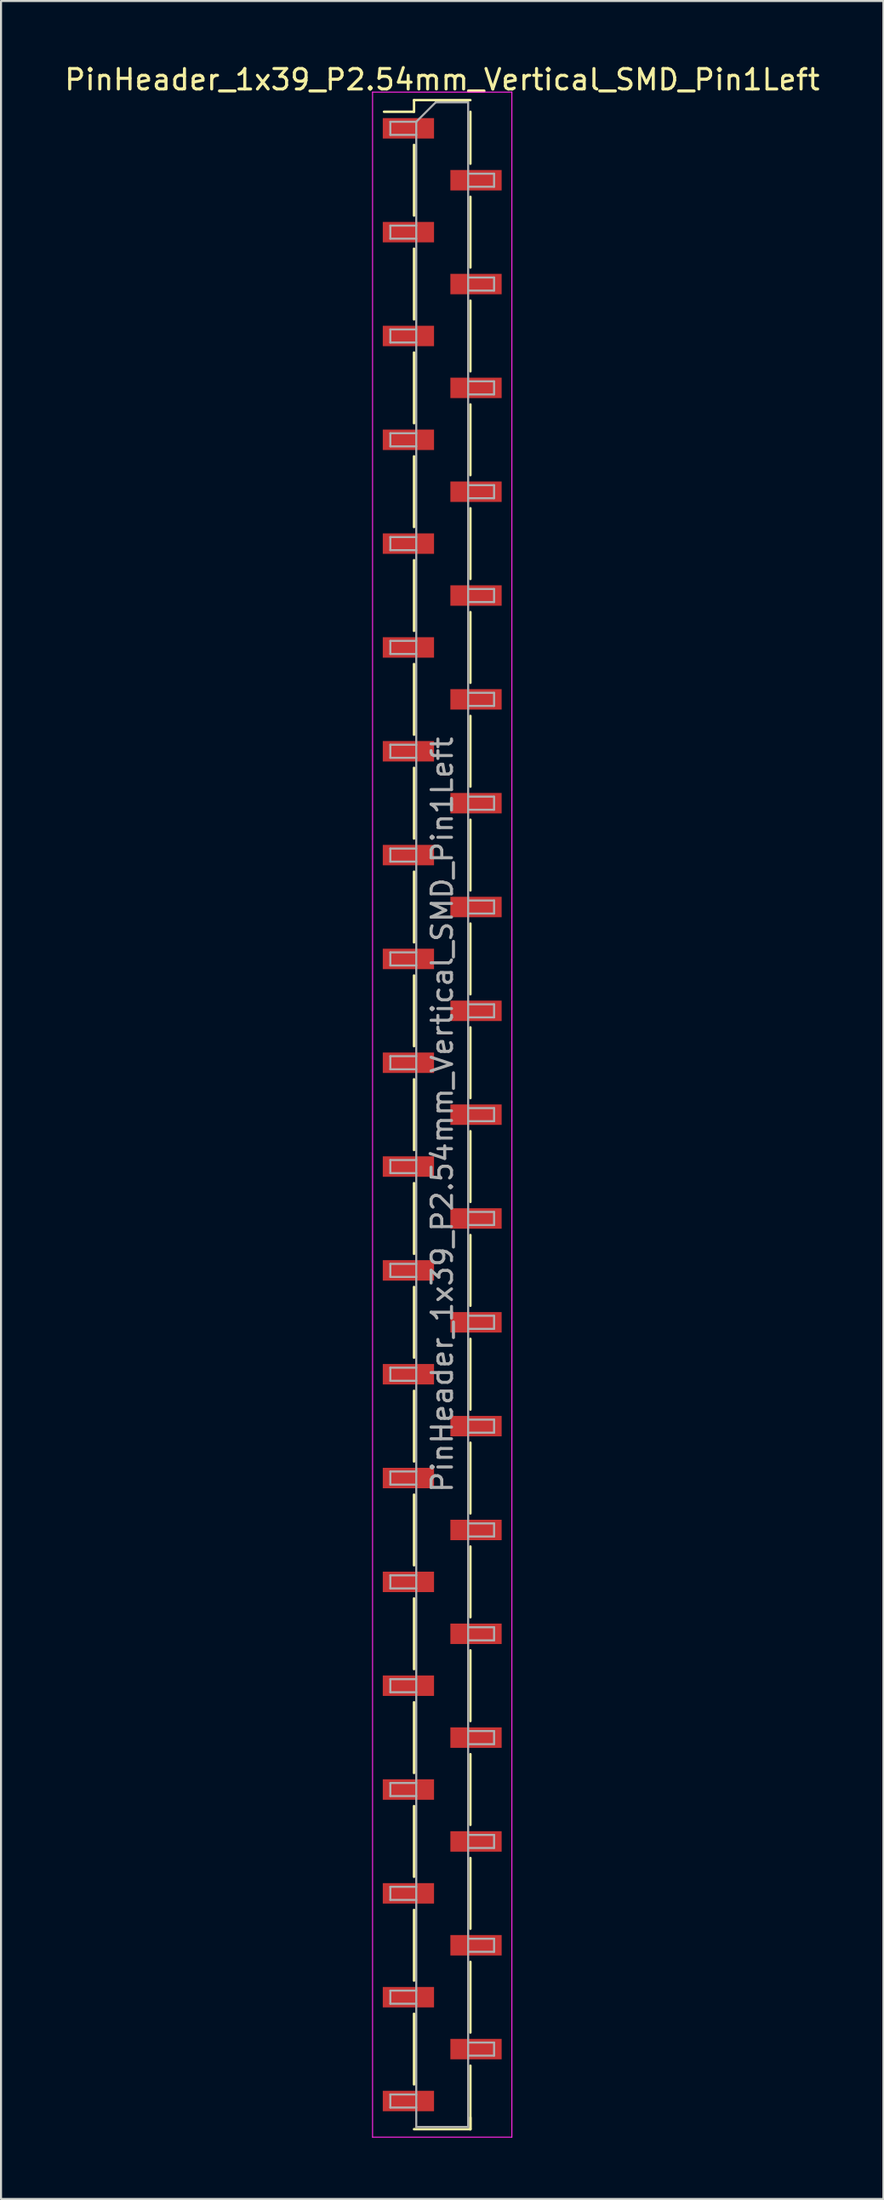
<source format=kicad_pcb>
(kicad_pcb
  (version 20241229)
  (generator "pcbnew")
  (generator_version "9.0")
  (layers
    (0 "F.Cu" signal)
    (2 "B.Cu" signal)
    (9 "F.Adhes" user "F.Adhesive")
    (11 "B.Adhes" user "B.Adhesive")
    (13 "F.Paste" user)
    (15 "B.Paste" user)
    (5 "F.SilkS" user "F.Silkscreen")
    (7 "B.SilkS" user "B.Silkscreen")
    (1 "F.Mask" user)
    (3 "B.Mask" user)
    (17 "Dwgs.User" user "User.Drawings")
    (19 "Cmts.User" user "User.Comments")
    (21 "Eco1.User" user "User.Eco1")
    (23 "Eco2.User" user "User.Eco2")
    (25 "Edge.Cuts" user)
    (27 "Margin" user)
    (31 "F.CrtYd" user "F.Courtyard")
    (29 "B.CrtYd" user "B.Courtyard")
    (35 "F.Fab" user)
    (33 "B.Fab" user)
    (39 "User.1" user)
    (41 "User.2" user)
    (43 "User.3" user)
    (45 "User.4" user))
  (footprint "PinHeader_1x39_P2.54mm_Vertical_SMD_Pin1Left"
    (layer "F.Cu")
    (at 18.601 51.488)
    (property "Reference" "PinHeader_1x39_P2.54mm_Vertical_SMD_Pin1Left" (at 0 -50.64 0) (layer "F.SilkS") (effects (font (size 1 1) (thickness 0.15))))
    (attr smd)
    (fp_line (start -1.38 -49.64) (end -1.38 -49.07) (stroke (width 0.12) (type solid)) (layer "F.SilkS"))
    (fp_line (start -1.38 -49.64) (end 1.38 -49.64) (stroke (width 0.12) (type solid)) (layer "F.SilkS"))
    (fp_line (start -1.38 -49.07) (end -2.85 -49.07) (stroke (width 0.12) (type solid)) (layer "F.SilkS"))
    (fp_line (start -1.38 -47.45) (end -1.38 -43.99) (stroke (width 0.12) (type solid)) (layer "F.SilkS"))
    (fp_line (start -1.38 -42.37) (end -1.38 -38.91) (stroke (width 0.12) (type solid)) (layer "F.SilkS"))
    (fp_line (start -1.38 -37.29) (end -1.38 -33.83) (stroke (width 0.12) (type solid)) (layer "F.SilkS"))
    (fp_line (start -1.38 -32.21) (end -1.38 -28.75) (stroke (width 0.12) (type solid)) (layer "F.SilkS"))
    (fp_line (start -1.38 -27.13) (end -1.38 -23.67) (stroke (width 0.12) (type solid)) (layer "F.SilkS"))
    (fp_line (start -1.38 -22.05) (end -1.38 -18.59) (stroke (width 0.12) (type solid)) (layer "F.SilkS"))
    (fp_line (start -1.38 -16.97) (end -1.38 -13.51) (stroke (width 0.12) (type solid)) (layer "F.SilkS"))
    (fp_line (start -1.38 -11.89) (end -1.38 -8.43) (stroke (width 0.12) (type solid)) (layer "F.SilkS"))
    (fp_line (start -1.38 -6.81) (end -1.38 -3.35) (stroke (width 0.12) (type solid)) (layer "F.SilkS"))
    (fp_line (start -1.38 -1.73) (end -1.38 1.73) (stroke (width 0.12) (type solid)) (layer "F.SilkS"))
    (fp_line (start -1.38 3.35) (end -1.38 6.81) (stroke (width 0.12) (type solid)) (layer "F.SilkS"))
    (fp_line (start -1.38 8.43) (end -1.38 11.89) (stroke (width 0.12) (type solid)) (layer "F.SilkS"))
    (fp_line (start -1.38 13.51) (end -1.38 16.97) (stroke (width 0.12) (type solid)) (layer "F.SilkS"))
    (fp_line (start -1.38 18.59) (end -1.38 22.05) (stroke (width 0.12) (type solid)) (layer "F.SilkS"))
    (fp_line (start -1.38 23.67) (end -1.38 27.13) (stroke (width 0.12) (type solid)) (layer "F.SilkS"))
    (fp_line (start -1.38 28.75) (end -1.38 32.21) (stroke (width 0.12) (type solid)) (layer "F.SilkS"))
    (fp_line (start -1.38 33.83) (end -1.38 37.29) (stroke (width 0.12) (type solid)) (layer "F.SilkS"))
    (fp_line (start -1.38 38.91) (end -1.38 42.37) (stroke (width 0.12) (type solid)) (layer "F.SilkS"))
    (fp_line (start -1.38 43.99) (end -1.38 47.45) (stroke (width 0.12) (type solid)) (layer "F.SilkS"))
    (fp_line (start -1.38 49.64) (end 1.38 49.64) (stroke (width 0.12) (type solid)) (layer "F.SilkS"))
    (fp_line (start 1.38 -49.07) (end 1.38 -46.53) (stroke (width 0.12) (type solid)) (layer "F.SilkS"))
    (fp_line (start 1.38 -44.91) (end 1.38 -41.45) (stroke (width 0.12) (type solid)) (layer "F.SilkS"))
    (fp_line (start 1.38 -39.83) (end 1.38 -36.37) (stroke (width 0.12) (type solid)) (layer "F.SilkS"))
    (fp_line (start 1.38 -34.75) (end 1.38 -31.29) (stroke (width 0.12) (type solid)) (layer "F.SilkS"))
    (fp_line (start 1.38 -29.67) (end 1.38 -26.21) (stroke (width 0.12) (type solid)) (layer "F.SilkS"))
    (fp_line (start 1.38 -24.59) (end 1.38 -21.13) (stroke (width 0.12) (type solid)) (layer "F.SilkS"))
    (fp_line (start 1.38 -19.51) (end 1.38 -16.05) (stroke (width 0.12) (type solid)) (layer "F.SilkS"))
    (fp_line (start 1.38 -14.43) (end 1.38 -10.97) (stroke (width 0.12) (type solid)) (layer "F.SilkS"))
    (fp_line (start 1.38 -9.35) (end 1.38 -5.89) (stroke (width 0.12) (type solid)) (layer "F.SilkS"))
    (fp_line (start 1.38 -4.27) (end 1.38 -0.81) (stroke (width 0.12) (type solid)) (layer "F.SilkS"))
    (fp_line (start 1.38 0.81) (end 1.38 4.27) (stroke (width 0.12) (type solid)) (layer "F.SilkS"))
    (fp_line (start 1.38 5.89) (end 1.38 9.35) (stroke (width 0.12) (type solid)) (layer "F.SilkS"))
    (fp_line (start 1.38 10.97) (end 1.38 14.43) (stroke (width 0.12) (type solid)) (layer "F.SilkS"))
    (fp_line (start 1.38 16.05) (end 1.38 19.51) (stroke (width 0.12) (type solid)) (layer "F.SilkS"))
    (fp_line (start 1.38 21.13) (end 1.38 24.59) (stroke (width 0.12) (type solid)) (layer "F.SilkS"))
    (fp_line (start 1.38 26.21) (end 1.38 29.67) (stroke (width 0.12) (type solid)) (layer "F.SilkS"))
    (fp_line (start 1.38 31.29) (end 1.38 34.75) (stroke (width 0.12) (type solid)) (layer "F.SilkS"))
    (fp_line (start 1.38 36.37) (end 1.38 39.83) (stroke (width 0.12) (type solid)) (layer "F.SilkS"))
    (fp_line (start 1.38 41.45) (end 1.38 44.91) (stroke (width 0.12) (type solid)) (layer "F.SilkS"))
    (fp_line (start 1.38 46.53) (end 1.38 49.64) (stroke (width 0.12) (type solid)) (layer "F.SilkS"))
    (fp_line (start 1.38 49.07) (end 1.38 49.64) (stroke (width 0.12) (type solid)) (layer "F.SilkS"))
    (fp_line (start -3.41 -50.03) (end -3.41 50.03) (stroke (width 0.05) (type solid)) (layer "F.CrtYd"))
    (fp_line (start -3.41 50.03) (end 3.41 50.03) (stroke (width 0.05) (type solid)) (layer "F.CrtYd"))
    (fp_line (start 3.41 -50.03) (end -3.41 -50.03) (stroke (width 0.05) (type solid)) (layer "F.CrtYd"))
    (fp_line (start 3.41 50.03) (end 3.41 -50.03) (stroke (width 0.05) (type solid)) (layer "F.CrtYd"))
    (fp_line (start -2.54 -48.58) (end -2.54 -47.94) (stroke (width 0.1) (type solid)) (layer "F.Fab"))
    (fp_line (start -2.54 -47.94) (end -1.27 -47.94) (stroke (width 0.1) (type solid)) (layer "F.Fab"))
    (fp_line (start -2.54 -43.5) (end -2.54 -42.86) (stroke (width 0.1) (type solid)) (layer "F.Fab"))
    (fp_line (start -2.54 -42.86) (end -1.27 -42.86) (stroke (width 0.1) (type solid)) (layer "F.Fab"))
    (fp_line (start -2.54 -38.42) (end -2.54 -37.78) (stroke (width 0.1) (type solid)) (layer "F.Fab"))
    (fp_line (start -2.54 -37.78) (end -1.27 -37.78) (stroke (width 0.1) (type solid)) (layer "F.Fab"))
    (fp_line (start -2.54 -33.34) (end -2.54 -32.7) (stroke (width 0.1) (type solid)) (layer "F.Fab"))
    (fp_line (start -2.54 -32.7) (end -1.27 -32.7) (stroke (width 0.1) (type solid)) (layer "F.Fab"))
    (fp_line (start -2.54 -28.26) (end -2.54 -27.62) (stroke (width 0.1) (type solid)) (layer "F.Fab"))
    (fp_line (start -2.54 -27.62) (end -1.27 -27.62) (stroke (width 0.1) (type solid)) (layer "F.Fab"))
    (fp_line (start -2.54 -23.18) (end -2.54 -22.54) (stroke (width 0.1) (type solid)) (layer "F.Fab"))
    (fp_line (start -2.54 -22.54) (end -1.27 -22.54) (stroke (width 0.1) (type solid)) (layer "F.Fab"))
    (fp_line (start -2.54 -18.1) (end -2.54 -17.46) (stroke (width 0.1) (type solid)) (layer "F.Fab"))
    (fp_line (start -2.54 -17.46) (end -1.27 -17.46) (stroke (width 0.1) (type solid)) (layer "F.Fab"))
    (fp_line (start -2.54 -13.02) (end -2.54 -12.38) (stroke (width 0.1) (type solid)) (layer "F.Fab"))
    (fp_line (start -2.54 -12.38) (end -1.27 -12.38) (stroke (width 0.1) (type solid)) (layer "F.Fab"))
    (fp_line (start -2.54 -7.94) (end -2.54 -7.3) (stroke (width 0.1) (type solid)) (layer "F.Fab"))
    (fp_line (start -2.54 -7.3) (end -1.27 -7.3) (stroke (width 0.1) (type solid)) (layer "F.Fab"))
    (fp_line (start -2.54 -2.86) (end -2.54 -2.22) (stroke (width 0.1) (type solid)) (layer "F.Fab"))
    (fp_line (start -2.54 -2.22) (end -1.27 -2.22) (stroke (width 0.1) (type solid)) (layer "F.Fab"))
    (fp_line (start -2.54 2.22) (end -2.54 2.86) (stroke (width 0.1) (type solid)) (layer "F.Fab"))
    (fp_line (start -2.54 2.86) (end -1.27 2.86) (stroke (width 0.1) (type solid)) (layer "F.Fab"))
    (fp_line (start -2.54 7.3) (end -2.54 7.94) (stroke (width 0.1) (type solid)) (layer "F.Fab"))
    (fp_line (start -2.54 7.94) (end -1.27 7.94) (stroke (width 0.1) (type solid)) (layer "F.Fab"))
    (fp_line (start -2.54 12.38) (end -2.54 13.02) (stroke (width 0.1) (type solid)) (layer "F.Fab"))
    (fp_line (start -2.54 13.02) (end -1.27 13.02) (stroke (width 0.1) (type solid)) (layer "F.Fab"))
    (fp_line (start -2.54 17.46) (end -2.54 18.1) (stroke (width 0.1) (type solid)) (layer "F.Fab"))
    (fp_line (start -2.54 18.1) (end -1.27 18.1) (stroke (width 0.1) (type solid)) (layer "F.Fab"))
    (fp_line (start -2.54 22.54) (end -2.54 23.18) (stroke (width 0.1) (type solid)) (layer "F.Fab"))
    (fp_line (start -2.54 23.18) (end -1.27 23.18) (stroke (width 0.1) (type solid)) (layer "F.Fab"))
    (fp_line (start -2.54 27.62) (end -2.54 28.26) (stroke (width 0.1) (type solid)) (layer "F.Fab"))
    (fp_line (start -2.54 28.26) (end -1.27 28.26) (stroke (width 0.1) (type solid)) (layer "F.Fab"))
    (fp_line (start -2.54 32.7) (end -2.54 33.34) (stroke (width 0.1) (type solid)) (layer "F.Fab"))
    (fp_line (start -2.54 33.34) (end -1.27 33.34) (stroke (width 0.1) (type solid)) (layer "F.Fab"))
    (fp_line (start -2.54 37.78) (end -2.54 38.42) (stroke (width 0.1) (type solid)) (layer "F.Fab"))
    (fp_line (start -2.54 38.42) (end -1.27 38.42) (stroke (width 0.1) (type solid)) (layer "F.Fab"))
    (fp_line (start -2.54 42.86) (end -2.54 43.5) (stroke (width 0.1) (type solid)) (layer "F.Fab"))
    (fp_line (start -2.54 43.5) (end -1.27 43.5) (stroke (width 0.1) (type solid)) (layer "F.Fab"))
    (fp_line (start -2.54 47.94) (end -2.54 48.58) (stroke (width 0.1) (type solid)) (layer "F.Fab"))
    (fp_line (start -2.54 48.58) (end -1.27 48.58) (stroke (width 0.1) (type solid)) (layer "F.Fab"))
    (fp_line (start -1.27 -48.58) (end -2.54 -48.58) (stroke (width 0.1) (type solid)) (layer "F.Fab"))
    (fp_line (start -1.27 -48.58) (end -0.32 -49.53) (stroke (width 0.1) (type solid)) (layer "F.Fab"))
    (fp_line (start -1.27 -43.5) (end -2.54 -43.5) (stroke (width 0.1) (type solid)) (layer "F.Fab"))
    (fp_line (start -1.27 -38.42) (end -2.54 -38.42) (stroke (width 0.1) (type solid)) (layer "F.Fab"))
    (fp_line (start -1.27 -33.34) (end -2.54 -33.34) (stroke (width 0.1) (type solid)) (layer "F.Fab"))
    (fp_line (start -1.27 -28.26) (end -2.54 -28.26) (stroke (width 0.1) (type solid)) (layer "F.Fab"))
    (fp_line (start -1.27 -23.18) (end -2.54 -23.18) (stroke (width 0.1) (type solid)) (layer "F.Fab"))
    (fp_line (start -1.27 -18.1) (end -2.54 -18.1) (stroke (width 0.1) (type solid)) (layer "F.Fab"))
    (fp_line (start -1.27 -13.02) (end -2.54 -13.02) (stroke (width 0.1) (type solid)) (layer "F.Fab"))
    (fp_line (start -1.27 -7.94) (end -2.54 -7.94) (stroke (width 0.1) (type solid)) (layer "F.Fab"))
    (fp_line (start -1.27 -2.86) (end -2.54 -2.86) (stroke (width 0.1) (type solid)) (layer "F.Fab"))
    (fp_line (start -1.27 2.22) (end -2.54 2.22) (stroke (width 0.1) (type solid)) (layer "F.Fab"))
    (fp_line (start -1.27 7.3) (end -2.54 7.3) (stroke (width 0.1) (type solid)) (layer "F.Fab"))
    (fp_line (start -1.27 12.38) (end -2.54 12.38) (stroke (width 0.1) (type solid)) (layer "F.Fab"))
    (fp_line (start -1.27 17.46) (end -2.54 17.46) (stroke (width 0.1) (type solid)) (layer "F.Fab"))
    (fp_line (start -1.27 22.54) (end -2.54 22.54) (stroke (width 0.1) (type solid)) (layer "F.Fab"))
    (fp_line (start -1.27 27.62) (end -2.54 27.62) (stroke (width 0.1) (type solid)) (layer "F.Fab"))
    (fp_line (start -1.27 32.7) (end -2.54 32.7) (stroke (width 0.1) (type solid)) (layer "F.Fab"))
    (fp_line (start -1.27 37.78) (end -2.54 37.78) (stroke (width 0.1) (type solid)) (layer "F.Fab"))
    (fp_line (start -1.27 42.86) (end -2.54 42.86) (stroke (width 0.1) (type solid)) (layer "F.Fab"))
    (fp_line (start -1.27 47.94) (end -2.54 47.94) (stroke (width 0.1) (type solid)) (layer "F.Fab"))
    (fp_line (start -1.27 49.53) (end -1.27 -48.58) (stroke (width 0.1) (type solid)) (layer "F.Fab"))
    (fp_line (start -0.32 -49.53) (end 1.27 -49.53) (stroke (width 0.1) (type solid)) (layer "F.Fab"))
    (fp_line (start 1.27 -49.53) (end 1.27 49.53) (stroke (width 0.1) (type solid)) (layer "F.Fab"))
    (fp_line (start 1.27 -46.04) (end 2.54 -46.04) (stroke (width 0.1) (type solid)) (layer "F.Fab"))
    (fp_line (start 1.27 -40.96) (end 2.54 -40.96) (stroke (width 0.1) (type solid)) (layer "F.Fab"))
    (fp_line (start 1.27 -35.88) (end 2.54 -35.88) (stroke (width 0.1) (type solid)) (layer "F.Fab"))
    (fp_line (start 1.27 -30.8) (end 2.54 -30.8) (stroke (width 0.1) (type solid)) (layer "F.Fab"))
    (fp_line (start 1.27 -25.72) (end 2.54 -25.72) (stroke (width 0.1) (type solid)) (layer "F.Fab"))
    (fp_line (start 1.27 -20.64) (end 2.54 -20.64) (stroke (width 0.1) (type solid)) (layer "F.Fab"))
    (fp_line (start 1.27 -15.56) (end 2.54 -15.56) (stroke (width 0.1) (type solid)) (layer "F.Fab"))
    (fp_line (start 1.27 -10.48) (end 2.54 -10.48) (stroke (width 0.1) (type solid)) (layer "F.Fab"))
    (fp_line (start 1.27 -5.4) (end 2.54 -5.4) (stroke (width 0.1) (type solid)) (layer "F.Fab"))
    (fp_line (start 1.27 -0.32) (end 2.54 -0.32) (stroke (width 0.1) (type solid)) (layer "F.Fab"))
    (fp_line (start 1.27 4.76) (end 2.54 4.76) (stroke (width 0.1) (type solid)) (layer "F.Fab"))
    (fp_line (start 1.27 9.84) (end 2.54 9.84) (stroke (width 0.1) (type solid)) (layer "F.Fab"))
    (fp_line (start 1.27 14.92) (end 2.54 14.92) (stroke (width 0.1) (type solid)) (layer "F.Fab"))
    (fp_line (start 1.27 20) (end 2.54 20) (stroke (width 0.1) (type solid)) (layer "F.Fab"))
    (fp_line (start 1.27 25.08) (end 2.54 25.08) (stroke (width 0.1) (type solid)) (layer "F.Fab"))
    (fp_line (start 1.27 30.16) (end 2.54 30.16) (stroke (width 0.1) (type solid)) (layer "F.Fab"))
    (fp_line (start 1.27 35.24) (end 2.54 35.24) (stroke (width 0.1) (type solid)) (layer "F.Fab"))
    (fp_line (start 1.27 40.32) (end 2.54 40.32) (stroke (width 0.1) (type solid)) (layer "F.Fab"))
    (fp_line (start 1.27 45.4) (end 2.54 45.4) (stroke (width 0.1) (type solid)) (layer "F.Fab"))
    (fp_line (start 1.27 49.53) (end -1.27 49.53) (stroke (width 0.1) (type solid)) (layer "F.Fab"))
    (fp_line (start 2.54 -46.04) (end 2.54 -45.4) (stroke (width 0.1) (type solid)) (layer "F.Fab"))
    (fp_line (start 2.54 -45.4) (end 1.27 -45.4) (stroke (width 0.1) (type solid)) (layer "F.Fab"))
    (fp_line (start 2.54 -40.96) (end 2.54 -40.32) (stroke (width 0.1) (type solid)) (layer "F.Fab"))
    (fp_line (start 2.54 -40.32) (end 1.27 -40.32) (stroke (width 0.1) (type solid)) (layer "F.Fab"))
    (fp_line (start 2.54 -35.88) (end 2.54 -35.24) (stroke (width 0.1) (type solid)) (layer "F.Fab"))
    (fp_line (start 2.54 -35.24) (end 1.27 -35.24) (stroke (width 0.1) (type solid)) (layer "F.Fab"))
    (fp_line (start 2.54 -30.8) (end 2.54 -30.16) (stroke (width 0.1) (type solid)) (layer "F.Fab"))
    (fp_line (start 2.54 -30.16) (end 1.27 -30.16) (stroke (width 0.1) (type solid)) (layer "F.Fab"))
    (fp_line (start 2.54 -25.72) (end 2.54 -25.08) (stroke (width 0.1) (type solid)) (layer "F.Fab"))
    (fp_line (start 2.54 -25.08) (end 1.27 -25.08) (stroke (width 0.1) (type solid)) (layer "F.Fab"))
    (fp_line (start 2.54 -20.64) (end 2.54 -20) (stroke (width 0.1) (type solid)) (layer "F.Fab"))
    (fp_line (start 2.54 -20) (end 1.27 -20) (stroke (width 0.1) (type solid)) (layer "F.Fab"))
    (fp_line (start 2.54 -15.56) (end 2.54 -14.92) (stroke (width 0.1) (type solid)) (layer "F.Fab"))
    (fp_line (start 2.54 -14.92) (end 1.27 -14.92) (stroke (width 0.1) (type solid)) (layer "F.Fab"))
    (fp_line (start 2.54 -10.48) (end 2.54 -9.84) (stroke (width 0.1) (type solid)) (layer "F.Fab"))
    (fp_line (start 2.54 -9.84) (end 1.27 -9.84) (stroke (width 0.1) (type solid)) (layer "F.Fab"))
    (fp_line (start 2.54 -5.4) (end 2.54 -4.76) (stroke (width 0.1) (type solid)) (layer "F.Fab"))
    (fp_line (start 2.54 -4.76) (end 1.27 -4.76) (stroke (width 0.1) (type solid)) (layer "F.Fab"))
    (fp_line (start 2.54 -0.32) (end 2.54 0.32) (stroke (width 0.1) (type solid)) (layer "F.Fab"))
    (fp_line (start 2.54 0.32) (end 1.27 0.32) (stroke (width 0.1) (type solid)) (layer "F.Fab"))
    (fp_line (start 2.54 4.76) (end 2.54 5.4) (stroke (width 0.1) (type solid)) (layer "F.Fab"))
    (fp_line (start 2.54 5.4) (end 1.27 5.4) (stroke (width 0.1) (type solid)) (layer "F.Fab"))
    (fp_line (start 2.54 9.84) (end 2.54 10.48) (stroke (width 0.1) (type solid)) (layer "F.Fab"))
    (fp_line (start 2.54 10.48) (end 1.27 10.48) (stroke (width 0.1) (type solid)) (layer "F.Fab"))
    (fp_line (start 2.54 14.92) (end 2.54 15.56) (stroke (width 0.1) (type solid)) (layer "F.Fab"))
    (fp_line (start 2.54 15.56) (end 1.27 15.56) (stroke (width 0.1) (type solid)) (layer "F.Fab"))
    (fp_line (start 2.54 20) (end 2.54 20.64) (stroke (width 0.1) (type solid)) (layer "F.Fab"))
    (fp_line (start 2.54 20.64) (end 1.27 20.64) (stroke (width 0.1) (type solid)) (layer "F.Fab"))
    (fp_line (start 2.54 25.08) (end 2.54 25.72) (stroke (width 0.1) (type solid)) (layer "F.Fab"))
    (fp_line (start 2.54 25.72) (end 1.27 25.72) (stroke (width 0.1) (type solid)) (layer "F.Fab"))
    (fp_line (start 2.54 30.16) (end 2.54 30.8) (stroke (width 0.1) (type solid)) (layer "F.Fab"))
    (fp_line (start 2.54 30.8) (end 1.27 30.8) (stroke (width 0.1) (type solid)) (layer "F.Fab"))
    (fp_line (start 2.54 35.24) (end 2.54 35.88) (stroke (width 0.1) (type solid)) (layer "F.Fab"))
    (fp_line (start 2.54 35.88) (end 1.27 35.88) (stroke (width 0.1) (type solid)) (layer "F.Fab"))
    (fp_line (start 2.54 40.32) (end 2.54 40.96) (stroke (width 0.1) (type solid)) (layer "F.Fab"))
    (fp_line (start 2.54 40.96) (end 1.27 40.96) (stroke (width 0.1) (type solid)) (layer "F.Fab"))
    (fp_line (start 2.54 45.4) (end 2.54 46.04) (stroke (width 0.1) (type solid)) (layer "F.Fab"))
    (fp_line (start 2.54 46.04) (end 1.27 46.04) (stroke (width 0.1) (type solid)) (layer "F.Fab"))
    (fp_text user "${REFERENCE}" (at 0 0 90) (layer "F.Fab") (effects (font (size 1 1) (thickness 0.15))))
    (pad "1" smd rect (at -1.655 -48.26) (size 2.51 1) (layers "F.Cu" "F.Mask" "F.Paste"))
    (pad "2" smd rect (at 1.655 -45.72) (size 2.51 1) (layers "F.Cu" "F.Mask" "F.Paste"))
    (pad "3" smd rect (at -1.655 -43.18) (size 2.51 1) (layers "F.Cu" "F.Mask" "F.Paste"))
    (pad "4" smd rect (at 1.655 -40.64) (size 2.51 1) (layers "F.Cu" "F.Mask" "F.Paste"))
    (pad "5" smd rect (at -1.655 -38.1) (size 2.51 1) (layers "F.Cu" "F.Mask" "F.Paste"))
    (pad "6" smd rect (at 1.655 -35.56) (size 2.51 1) (layers "F.Cu" "F.Mask" "F.Paste"))
    (pad "7" smd rect (at -1.655 -33.02) (size 2.51 1) (layers "F.Cu" "F.Mask" "F.Paste"))
    (pad "8" smd rect (at 1.655 -30.48) (size 2.51 1) (layers "F.Cu" "F.Mask" "F.Paste"))
    (pad "9" smd rect (at -1.655 -27.94) (size 2.51 1) (layers "F.Cu" "F.Mask" "F.Paste"))
    (pad "10" smd rect (at 1.655 -25.4) (size 2.51 1) (layers "F.Cu" "F.Mask" "F.Paste"))
    (pad "11" smd rect (at -1.655 -22.86) (size 2.51 1) (layers "F.Cu" "F.Mask" "F.Paste"))
    (pad "12" smd rect (at 1.655 -20.32) (size 2.51 1) (layers "F.Cu" "F.Mask" "F.Paste"))
    (pad "13" smd rect (at -1.655 -17.78) (size 2.51 1) (layers "F.Cu" "F.Mask" "F.Paste"))
    (pad "14" smd rect (at 1.655 -15.24) (size 2.51 1) (layers "F.Cu" "F.Mask" "F.Paste"))
    (pad "15" smd rect (at -1.655 -12.7) (size 2.51 1) (layers "F.Cu" "F.Mask" "F.Paste"))
    (pad "16" smd rect (at 1.655 -10.16) (size 2.51 1) (layers "F.Cu" "F.Mask" "F.Paste"))
    (pad "17" smd rect (at -1.655 -7.62) (size 2.51 1) (layers "F.Cu" "F.Mask" "F.Paste"))
    (pad "18" smd rect (at 1.655 -5.08) (size 2.51 1) (layers "F.Cu" "F.Mask" "F.Paste"))
    (pad "19" smd rect (at -1.655 -2.54) (size 2.51 1) (layers "F.Cu" "F.Mask" "F.Paste"))
    (pad "20" smd rect (at 1.655 0) (size 2.51 1) (layers "F.Cu" "F.Mask" "F.Paste"))
    (pad "21" smd rect (at -1.655 2.54) (size 2.51 1) (layers "F.Cu" "F.Mask" "F.Paste"))
    (pad "22" smd rect (at 1.655 5.08) (size 2.51 1) (layers "F.Cu" "F.Mask" "F.Paste"))
    (pad "23" smd rect (at -1.655 7.62) (size 2.51 1) (layers "F.Cu" "F.Mask" "F.Paste"))
    (pad "24" smd rect (at 1.655 10.16) (size 2.51 1) (layers "F.Cu" "F.Mask" "F.Paste"))
    (pad "25" smd rect (at -1.655 12.7) (size 2.51 1) (layers "F.Cu" "F.Mask" "F.Paste"))
    (pad "26" smd rect (at 1.655 15.24) (size 2.51 1) (layers "F.Cu" "F.Mask" "F.Paste"))
    (pad "27" smd rect (at -1.655 17.78) (size 2.51 1) (layers "F.Cu" "F.Mask" "F.Paste"))
    (pad "28" smd rect (at 1.655 20.32) (size 2.51 1) (layers "F.Cu" "F.Mask" "F.Paste"))
    (pad "29" smd rect (at -1.655 22.86) (size 2.51 1) (layers "F.Cu" "F.Mask" "F.Paste"))
    (pad "30" smd rect (at 1.655 25.4) (size 2.51 1) (layers "F.Cu" "F.Mask" "F.Paste"))
    (pad "31" smd rect (at -1.655 27.94) (size 2.51 1) (layers "F.Cu" "F.Mask" "F.Paste"))
    (pad "32" smd rect (at 1.655 30.48) (size 2.51 1) (layers "F.Cu" "F.Mask" "F.Paste"))
    (pad "33" smd rect (at -1.655 33.02) (size 2.51 1) (layers "F.Cu" "F.Mask" "F.Paste"))
    (pad "34" smd rect (at 1.655 35.56) (size 2.51 1) (layers "F.Cu" "F.Mask" "F.Paste"))
    (pad "35" smd rect (at -1.655 38.1) (size 2.51 1) (layers "F.Cu" "F.Mask" "F.Paste"))
    (pad "36" smd rect (at 1.655 40.64) (size 2.51 1) (layers "F.Cu" "F.Mask" "F.Paste"))
    (pad "37" smd rect (at -1.655 43.18) (size 2.51 1) (layers "F.Cu" "F.Mask" "F.Paste"))
    (pad "38" smd rect (at 1.655 45.72) (size 2.51 1) (layers "F.Cu" "F.Mask" "F.Paste"))
    (pad "39" smd rect (at -1.655 48.26) (size 2.51 1) (layers "F.Cu" "F.Mask" "F.Paste")))
  (gr_rect
    (start -3 -3)
    (end 40.202 104.543)
    (stroke (width 0.1) (type default))
    (fill no)
    (layer "Edge.Cuts")))
</source>
